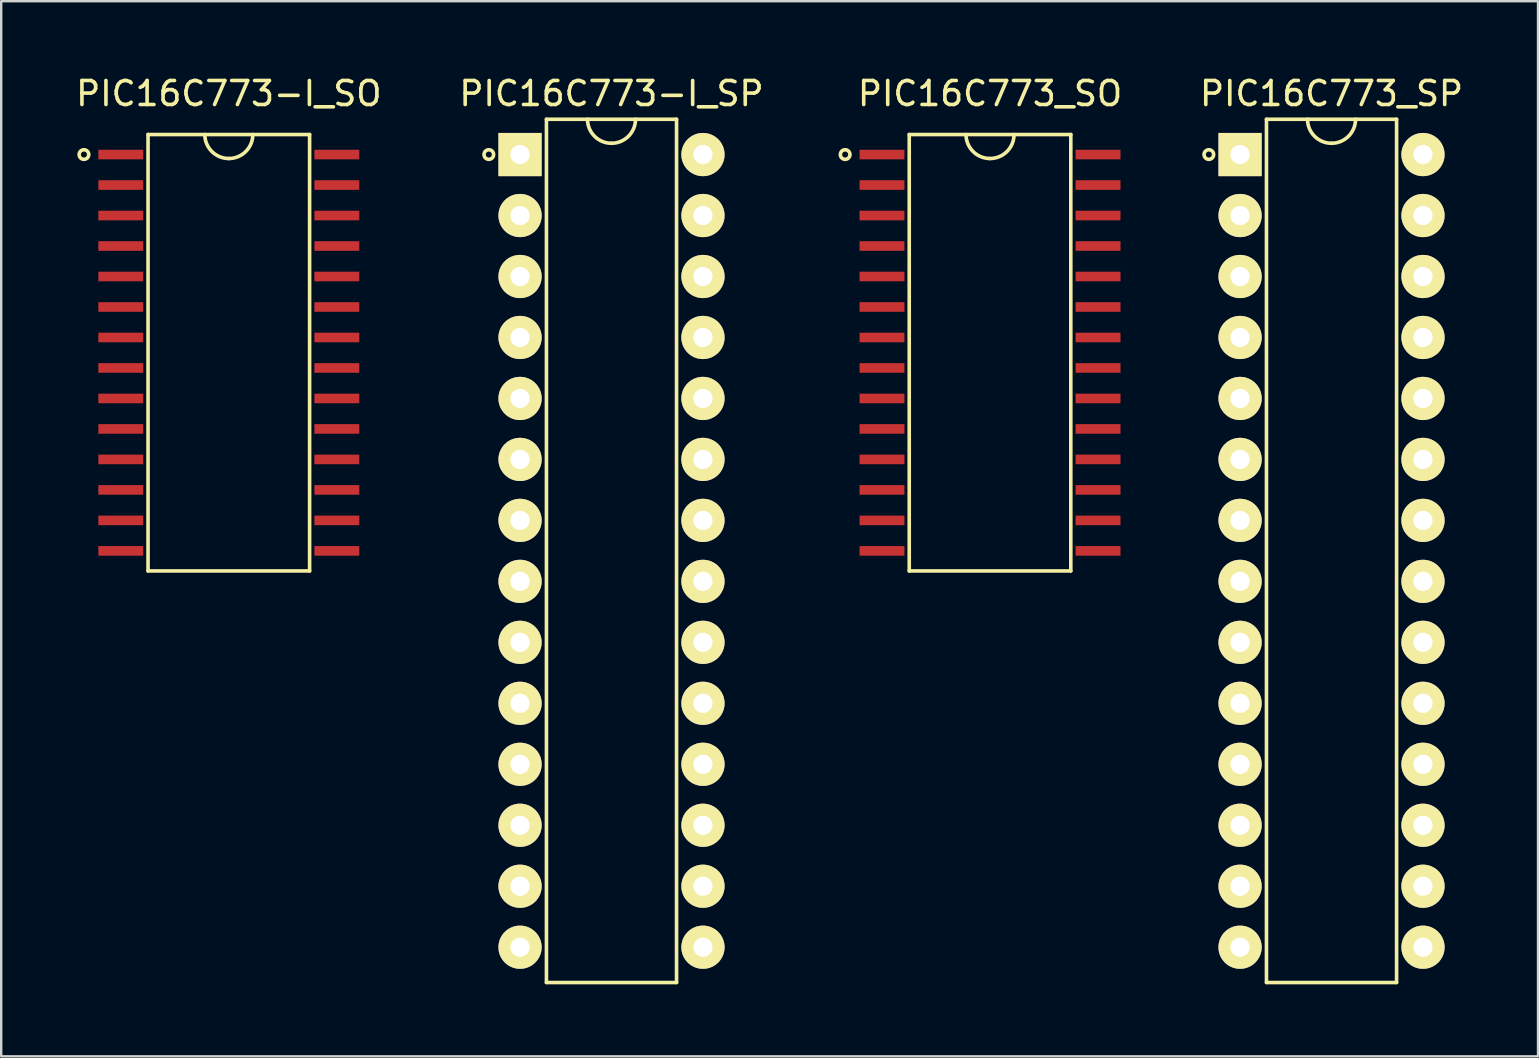
<source format=kicad_pcb>
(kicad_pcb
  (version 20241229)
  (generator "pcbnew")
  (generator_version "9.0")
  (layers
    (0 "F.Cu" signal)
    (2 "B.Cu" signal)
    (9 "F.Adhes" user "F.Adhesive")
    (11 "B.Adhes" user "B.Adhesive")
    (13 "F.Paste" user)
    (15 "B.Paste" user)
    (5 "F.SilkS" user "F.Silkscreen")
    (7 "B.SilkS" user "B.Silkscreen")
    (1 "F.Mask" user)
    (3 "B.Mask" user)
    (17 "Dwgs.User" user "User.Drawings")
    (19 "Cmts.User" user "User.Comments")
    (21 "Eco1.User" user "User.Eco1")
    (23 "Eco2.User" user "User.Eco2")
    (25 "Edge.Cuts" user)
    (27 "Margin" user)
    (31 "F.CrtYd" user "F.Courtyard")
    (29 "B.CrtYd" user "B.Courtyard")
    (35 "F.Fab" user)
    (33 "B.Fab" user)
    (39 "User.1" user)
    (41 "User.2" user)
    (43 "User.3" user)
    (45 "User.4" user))
  (footprint "PIC16C773-I_SO"
    (layer "F.Cu")
    (at 1.982 3.388)
    (property "Reference" "PIC16C773-I_SO" (at 4.5 -2.54 0) (layer "F.SilkS") (effects (font (size 1 1) (thickness 0.15))))
    (attr through_hole)
    (fp_line (start 1.135 -0.835) (end 7.865 -0.835) (stroke (width 0.15) (type solid)) (layer "F.SilkS"))
    (fp_line (start 1.135 17.345) (end 1.135 -0.835) (stroke (width 0.15) (type solid)) (layer "F.SilkS"))
    (fp_line (start 7.865 -0.835) (end 7.865 17.345) (stroke (width 0.15) (type solid)) (layer "F.SilkS"))
    (fp_line (start 7.865 17.345) (end 1.135 17.345) (stroke (width 0.15) (type solid)) (layer "F.SilkS"))
    (fp_arc (start 4.5 0.165) (mid 3.792893 -0.127893) (end 3.5 -0.835) (stroke (width 0.15) (type solid)) (layer "F.SilkS"))
    (fp_arc (start 5.5 -0.835) (mid 5.207107 -0.127893) (end 4.5 0.165) (stroke (width 0.15) (type solid)) (layer "F.SilkS"))
    (fp_circle (center -1.535 0) (end -1.535 0.2) (stroke (width 0.15) (type solid)) (fill no) (layer "F.SilkS"))
    (pad "1" smd rect (at 0 0) (size 1.87 0.4) (layers "F.Cu" "F.Mask" "F.Paste"))
    (pad "2" smd rect (at 0 1.27) (size 1.87 0.4) (layers "F.Cu" "F.Mask" "F.Paste"))
    (pad "3" smd rect (at 0 2.54) (size 1.87 0.4) (layers "F.Cu" "F.Mask" "F.Paste"))
    (pad "4" smd rect (at 0 3.81) (size 1.87 0.4) (layers "F.Cu" "F.Mask" "F.Paste"))
    (pad "5" smd rect (at 0 5.08) (size 1.87 0.4) (layers "F.Cu" "F.Mask" "F.Paste"))
    (pad "6" smd rect (at 0 6.35) (size 1.87 0.4) (layers "F.Cu" "F.Mask" "F.Paste"))
    (pad "7" smd rect (at 0 7.62) (size 1.87 0.4) (layers "F.Cu" "F.Mask" "F.Paste"))
    (pad "8" smd rect (at 0 8.89) (size 1.87 0.4) (layers "F.Cu" "F.Mask" "F.Paste"))
    (pad "9" smd rect (at 0 10.16) (size 1.87 0.4) (layers "F.Cu" "F.Mask" "F.Paste"))
    (pad "10" smd rect (at 0 11.43) (size 1.87 0.4) (layers "F.Cu" "F.Mask" "F.Paste"))
    (pad "11" smd rect (at 0 12.7) (size 1.87 0.4) (layers "F.Cu" "F.Mask" "F.Paste"))
    (pad "12" smd rect (at 0 13.97) (size 1.87 0.4) (layers "F.Cu" "F.Mask" "F.Paste"))
    (pad "13" smd rect (at 0 15.24) (size 1.87 0.4) (layers "F.Cu" "F.Mask" "F.Paste"))
    (pad "14" smd rect (at 0 16.51) (size 1.87 0.4) (layers "F.Cu" "F.Mask" "F.Paste"))
    (pad "15" smd rect (at 9 16.51) (size 1.87 0.4) (layers "F.Cu" "F.Mask" "F.Paste"))
    (pad "16" smd rect (at 9 15.24) (size 1.87 0.4) (layers "F.Cu" "F.Mask" "F.Paste"))
    (pad "17" smd rect (at 9 13.97) (size 1.87 0.4) (layers "F.Cu" "F.Mask" "F.Paste"))
    (pad "18" smd rect (at 9 12.7) (size 1.87 0.4) (layers "F.Cu" "F.Mask" "F.Paste"))
    (pad "19" smd rect (at 9 11.43) (size 1.87 0.4) (layers "F.Cu" "F.Mask" "F.Paste"))
    (pad "20" smd rect (at 9 10.16) (size 1.87 0.4) (layers "F.Cu" "F.Mask" "F.Paste"))
    (pad "21" smd rect (at 9 8.89) (size 1.87 0.4) (layers "F.Cu" "F.Mask" "F.Paste"))
    (pad "22" smd rect (at 9 7.62) (size 1.87 0.4) (layers "F.Cu" "F.Mask" "F.Paste"))
    (pad "23" smd rect (at 9 6.35) (size 1.87 0.4) (layers "F.Cu" "F.Mask" "F.Paste"))
    (pad "24" smd rect (at 9 5.08) (size 1.87 0.4) (layers "F.Cu" "F.Mask" "F.Paste"))
    (pad "25" smd rect (at 9 3.81) (size 1.87 0.4) (layers "F.Cu" "F.Mask" "F.Paste"))
    (pad "26" smd rect (at 9 2.54) (size 1.87 0.4) (layers "F.Cu" "F.Mask" "F.Paste"))
    (pad "27" smd rect (at 9 1.27) (size 1.87 0.4) (layers "F.Cu" "F.Mask" "F.Paste"))
    (pad "28" smd rect (at 9 0) (size 1.87 0.4) (layers "F.Cu" "F.Mask" "F.Paste")))
  (footprint "PIC16C773-I_SP"
    (layer "F.Cu")
    (at 18.613 3.388)
    (property "Reference" "PIC16C773-I_SP" (at 3.81 -2.54 0) (layer "F.SilkS") (effects (font (size 1 1) (thickness 0.15))))
    (attr through_hole)
    (fp_line (start 1.1 -1.47) (end 6.52 -1.47) (stroke (width 0.15) (type solid)) (layer "F.SilkS"))
    (fp_line (start 1.1 34.49) (end 1.1 -1.47) (stroke (width 0.15) (type solid)) (layer "F.SilkS"))
    (fp_line (start 6.52 -1.47) (end 6.52 34.49) (stroke (width 0.15) (type solid)) (layer "F.SilkS"))
    (fp_line (start 6.52 34.49) (end 1.1 34.49) (stroke (width 0.15) (type solid)) (layer "F.SilkS"))
    (fp_arc (start 3.81 -0.47) (mid 3.102893 -0.762893) (end 2.81 -1.47) (stroke (width 0.15) (type solid)) (layer "F.SilkS"))
    (fp_arc (start 4.81 -1.47) (mid 4.517107 -0.762893) (end 3.81 -0.47) (stroke (width 0.15) (type solid)) (layer "F.SilkS"))
    (fp_circle (center -1.3 0) (end -1.3 0.2) (stroke (width 0.15) (type solid)) (fill no) (layer "F.SilkS"))
    (pad "1" thru_hole rect (at 0 0) (size 1.8 1.8) (drill 0.8) (layers "*.Cu" "*.Mask" "F.SilkS"))
    (pad "2" thru_hole circle (at 0 2.54) (size 1.8 1.8) (drill 0.8) (layers "*.Cu" "*.Mask" "F.SilkS"))
    (pad "3" thru_hole circle (at 0 5.08) (size 1.8 1.8) (drill 0.8) (layers "*.Cu" "*.Mask" "F.SilkS"))
    (pad "4" thru_hole circle (at 0 7.62) (size 1.8 1.8) (drill 0.8) (layers "*.Cu" "*.Mask" "F.SilkS"))
    (pad "5" thru_hole circle (at 0 10.16) (size 1.8 1.8) (drill 0.8) (layers "*.Cu" "*.Mask" "F.SilkS"))
    (pad "6" thru_hole circle (at 0 12.7) (size 1.8 1.8) (drill 0.8) (layers "*.Cu" "*.Mask" "F.SilkS"))
    (pad "7" thru_hole circle (at 0 15.24) (size 1.8 1.8) (drill 0.8) (layers "*.Cu" "*.Mask" "F.SilkS"))
    (pad "8" thru_hole circle (at 0 17.78) (size 1.8 1.8) (drill 0.8) (layers "*.Cu" "*.Mask" "F.SilkS"))
    (pad "9" thru_hole circle (at 0 20.32) (size 1.8 1.8) (drill 0.8) (layers "*.Cu" "*.Mask" "F.SilkS"))
    (pad "10" thru_hole circle (at 0 22.86) (size 1.8 1.8) (drill 0.8) (layers "*.Cu" "*.Mask" "F.SilkS"))
    (pad "11" thru_hole circle (at 0 25.4) (size 1.8 1.8) (drill 0.8) (layers "*.Cu" "*.Mask" "F.SilkS"))
    (pad "12" thru_hole circle (at 0 27.94) (size 1.8 1.8) (drill 0.8) (layers "*.Cu" "*.Mask" "F.SilkS"))
    (pad "13" thru_hole circle (at 0 30.48) (size 1.8 1.8) (drill 0.8) (layers "*.Cu" "*.Mask" "F.SilkS"))
    (pad "14" thru_hole circle (at 0 33.02) (size 1.8 1.8) (drill 0.8) (layers "*.Cu" "*.Mask" "F.SilkS"))
    (pad "15" thru_hole circle (at 7.62 33.02) (size 1.8 1.8) (drill 0.8) (layers "*.Cu" "*.Mask" "F.SilkS"))
    (pad "16" thru_hole circle (at 7.62 30.48) (size 1.8 1.8) (drill 0.8) (layers "*.Cu" "*.Mask" "F.SilkS"))
    (pad "17" thru_hole circle (at 7.62 27.94) (size 1.8 1.8) (drill 0.8) (layers "*.Cu" "*.Mask" "F.SilkS"))
    (pad "18" thru_hole circle (at 7.62 25.4) (size 1.8 1.8) (drill 0.8) (layers "*.Cu" "*.Mask" "F.SilkS"))
    (pad "19" thru_hole circle (at 7.62 22.86) (size 1.8 1.8) (drill 0.8) (layers "*.Cu" "*.Mask" "F.SilkS"))
    (pad "20" thru_hole circle (at 7.62 20.32) (size 1.8 1.8) (drill 0.8) (layers "*.Cu" "*.Mask" "F.SilkS"))
    (pad "21" thru_hole circle (at 7.62 17.78) (size 1.8 1.8) (drill 0.8) (layers "*.Cu" "*.Mask" "F.SilkS"))
    (pad "22" thru_hole circle (at 7.62 15.24) (size 1.8 1.8) (drill 0.8) (layers "*.Cu" "*.Mask" "F.SilkS"))
    (pad "23" thru_hole circle (at 7.62 12.7) (size 1.8 1.8) (drill 0.8) (layers "*.Cu" "*.Mask" "F.SilkS"))
    (pad "24" thru_hole circle (at 7.62 10.16) (size 1.8 1.8) (drill 0.8) (layers "*.Cu" "*.Mask" "F.SilkS"))
    (pad "25" thru_hole circle (at 7.62 7.62) (size 1.8 1.8) (drill 0.8) (layers "*.Cu" "*.Mask" "F.SilkS"))
    (pad "26" thru_hole circle (at 7.62 5.08) (size 1.8 1.8) (drill 0.8) (layers "*.Cu" "*.Mask" "F.SilkS"))
    (pad "27" thru_hole circle (at 7.62 2.54) (size 1.8 1.8) (drill 0.8) (layers "*.Cu" "*.Mask" "F.SilkS"))
    (pad "28" thru_hole circle (at 7.62 0) (size 1.8 1.8) (drill 0.8) (layers "*.Cu" "*.Mask" "F.SilkS")))
  (footprint "PIC16C773_SO"
    (layer "F.Cu")
    (at 33.691 3.388)
    (property "Reference" "PIC16C773_SO" (at 4.5 -2.54 0) (layer "F.SilkS") (effects (font (size 1 1) (thickness 0.15))))
    (attr through_hole)
    (fp_line (start 1.135 -0.835) (end 7.865 -0.835) (stroke (width 0.15) (type solid)) (layer "F.SilkS"))
    (fp_line (start 1.135 17.345) (end 1.135 -0.835) (stroke (width 0.15) (type solid)) (layer "F.SilkS"))
    (fp_line (start 7.865 -0.835) (end 7.865 17.345) (stroke (width 0.15) (type solid)) (layer "F.SilkS"))
    (fp_line (start 7.865 17.345) (end 1.135 17.345) (stroke (width 0.15) (type solid)) (layer "F.SilkS"))
    (fp_arc (start 4.5 0.165) (mid 3.792893 -0.127893) (end 3.5 -0.835) (stroke (width 0.15) (type solid)) (layer "F.SilkS"))
    (fp_arc (start 5.5 -0.835) (mid 5.207107 -0.127893) (end 4.5 0.165) (stroke (width 0.15) (type solid)) (layer "F.SilkS"))
    (fp_circle (center -1.535 0) (end -1.535 0.2) (stroke (width 0.15) (type solid)) (fill no) (layer "F.SilkS"))
    (pad "1" smd rect (at 0 0) (size 1.87 0.4) (layers "F.Cu" "F.Mask" "F.Paste"))
    (pad "2" smd rect (at 0 1.27) (size 1.87 0.4) (layers "F.Cu" "F.Mask" "F.Paste"))
    (pad "3" smd rect (at 0 2.54) (size 1.87 0.4) (layers "F.Cu" "F.Mask" "F.Paste"))
    (pad "4" smd rect (at 0 3.81) (size 1.87 0.4) (layers "F.Cu" "F.Mask" "F.Paste"))
    (pad "5" smd rect (at 0 5.08) (size 1.87 0.4) (layers "F.Cu" "F.Mask" "F.Paste"))
    (pad "6" smd rect (at 0 6.35) (size 1.87 0.4) (layers "F.Cu" "F.Mask" "F.Paste"))
    (pad "7" smd rect (at 0 7.62) (size 1.87 0.4) (layers "F.Cu" "F.Mask" "F.Paste"))
    (pad "8" smd rect (at 0 8.89) (size 1.87 0.4) (layers "F.Cu" "F.Mask" "F.Paste"))
    (pad "9" smd rect (at 0 10.16) (size 1.87 0.4) (layers "F.Cu" "F.Mask" "F.Paste"))
    (pad "10" smd rect (at 0 11.43) (size 1.87 0.4) (layers "F.Cu" "F.Mask" "F.Paste"))
    (pad "11" smd rect (at 0 12.7) (size 1.87 0.4) (layers "F.Cu" "F.Mask" "F.Paste"))
    (pad "12" smd rect (at 0 13.97) (size 1.87 0.4) (layers "F.Cu" "F.Mask" "F.Paste"))
    (pad "13" smd rect (at 0 15.24) (size 1.87 0.4) (layers "F.Cu" "F.Mask" "F.Paste"))
    (pad "14" smd rect (at 0 16.51) (size 1.87 0.4) (layers "F.Cu" "F.Mask" "F.Paste"))
    (pad "15" smd rect (at 9 16.51) (size 1.87 0.4) (layers "F.Cu" "F.Mask" "F.Paste"))
    (pad "16" smd rect (at 9 15.24) (size 1.87 0.4) (layers "F.Cu" "F.Mask" "F.Paste"))
    (pad "17" smd rect (at 9 13.97) (size 1.87 0.4) (layers "F.Cu" "F.Mask" "F.Paste"))
    (pad "18" smd rect (at 9 12.7) (size 1.87 0.4) (layers "F.Cu" "F.Mask" "F.Paste"))
    (pad "19" smd rect (at 9 11.43) (size 1.87 0.4) (layers "F.Cu" "F.Mask" "F.Paste"))
    (pad "20" smd rect (at 9 10.16) (size 1.87 0.4) (layers "F.Cu" "F.Mask" "F.Paste"))
    (pad "21" smd rect (at 9 8.89) (size 1.87 0.4) (layers "F.Cu" "F.Mask" "F.Paste"))
    (pad "22" smd rect (at 9 7.62) (size 1.87 0.4) (layers "F.Cu" "F.Mask" "F.Paste"))
    (pad "23" smd rect (at 9 6.35) (size 1.87 0.4) (layers "F.Cu" "F.Mask" "F.Paste"))
    (pad "24" smd rect (at 9 5.08) (size 1.87 0.4) (layers "F.Cu" "F.Mask" "F.Paste"))
    (pad "25" smd rect (at 9 3.81) (size 1.87 0.4) (layers "F.Cu" "F.Mask" "F.Paste"))
    (pad "26" smd rect (at 9 2.54) (size 1.87 0.4) (layers "F.Cu" "F.Mask" "F.Paste"))
    (pad "27" smd rect (at 9 1.27) (size 1.87 0.4) (layers "F.Cu" "F.Mask" "F.Paste"))
    (pad "28" smd rect (at 9 0) (size 1.87 0.4) (layers "F.Cu" "F.Mask" "F.Paste")))
  (footprint "PIC16C773_SP"
    (layer "F.Cu")
    (at 48.607 3.388)
    (property "Reference" "PIC16C773_SP" (at 3.81 -2.54 0) (layer "F.SilkS") (effects (font (size 1 1) (thickness 0.15))))
    (attr through_hole)
    (fp_line (start 1.1 -1.47) (end 6.52 -1.47) (stroke (width 0.15) (type solid)) (layer "F.SilkS"))
    (fp_line (start 1.1 34.49) (end 1.1 -1.47) (stroke (width 0.15) (type solid)) (layer "F.SilkS"))
    (fp_line (start 6.52 -1.47) (end 6.52 34.49) (stroke (width 0.15) (type solid)) (layer "F.SilkS"))
    (fp_line (start 6.52 34.49) (end 1.1 34.49) (stroke (width 0.15) (type solid)) (layer "F.SilkS"))
    (fp_arc (start 3.81 -0.47) (mid 3.102893 -0.762893) (end 2.81 -1.47) (stroke (width 0.15) (type solid)) (layer "F.SilkS"))
    (fp_arc (start 4.81 -1.47) (mid 4.517107 -0.762893) (end 3.81 -0.47) (stroke (width 0.15) (type solid)) (layer "F.SilkS"))
    (fp_circle (center -1.3 0) (end -1.3 0.2) (stroke (width 0.15) (type solid)) (fill no) (layer "F.SilkS"))
    (pad "1" thru_hole rect (at 0 0) (size 1.8 1.8) (drill 0.8) (layers "*.Cu" "*.Mask" "F.SilkS"))
    (pad "2" thru_hole circle (at 0 2.54) (size 1.8 1.8) (drill 0.8) (layers "*.Cu" "*.Mask" "F.SilkS"))
    (pad "3" thru_hole circle (at 0 5.08) (size 1.8 1.8) (drill 0.8) (layers "*.Cu" "*.Mask" "F.SilkS"))
    (pad "4" thru_hole circle (at 0 7.62) (size 1.8 1.8) (drill 0.8) (layers "*.Cu" "*.Mask" "F.SilkS"))
    (pad "5" thru_hole circle (at 0 10.16) (size 1.8 1.8) (drill 0.8) (layers "*.Cu" "*.Mask" "F.SilkS"))
    (pad "6" thru_hole circle (at 0 12.7) (size 1.8 1.8) (drill 0.8) (layers "*.Cu" "*.Mask" "F.SilkS"))
    (pad "7" thru_hole circle (at 0 15.24) (size 1.8 1.8) (drill 0.8) (layers "*.Cu" "*.Mask" "F.SilkS"))
    (pad "8" thru_hole circle (at 0 17.78) (size 1.8 1.8) (drill 0.8) (layers "*.Cu" "*.Mask" "F.SilkS"))
    (pad "9" thru_hole circle (at 0 20.32) (size 1.8 1.8) (drill 0.8) (layers "*.Cu" "*.Mask" "F.SilkS"))
    (pad "10" thru_hole circle (at 0 22.86) (size 1.8 1.8) (drill 0.8) (layers "*.Cu" "*.Mask" "F.SilkS"))
    (pad "11" thru_hole circle (at 0 25.4) (size 1.8 1.8) (drill 0.8) (layers "*.Cu" "*.Mask" "F.SilkS"))
    (pad "12" thru_hole circle (at 0 27.94) (size 1.8 1.8) (drill 0.8) (layers "*.Cu" "*.Mask" "F.SilkS"))
    (pad "13" thru_hole circle (at 0 30.48) (size 1.8 1.8) (drill 0.8) (layers "*.Cu" "*.Mask" "F.SilkS"))
    (pad "14" thru_hole circle (at 0 33.02) (size 1.8 1.8) (drill 0.8) (layers "*.Cu" "*.Mask" "F.SilkS"))
    (pad "15" thru_hole circle (at 7.62 33.02) (size 1.8 1.8) (drill 0.8) (layers "*.Cu" "*.Mask" "F.SilkS"))
    (pad "16" thru_hole circle (at 7.62 30.48) (size 1.8 1.8) (drill 0.8) (layers "*.Cu" "*.Mask" "F.SilkS"))
    (pad "17" thru_hole circle (at 7.62 27.94) (size 1.8 1.8) (drill 0.8) (layers "*.Cu" "*.Mask" "F.SilkS"))
    (pad "18" thru_hole circle (at 7.62 25.4) (size 1.8 1.8) (drill 0.8) (layers "*.Cu" "*.Mask" "F.SilkS"))
    (pad "19" thru_hole circle (at 7.62 22.86) (size 1.8 1.8) (drill 0.8) (layers "*.Cu" "*.Mask" "F.SilkS"))
    (pad "20" thru_hole circle (at 7.62 20.32) (size 1.8 1.8) (drill 0.8) (layers "*.Cu" "*.Mask" "F.SilkS"))
    (pad "21" thru_hole circle (at 7.62 17.78) (size 1.8 1.8) (drill 0.8) (layers "*.Cu" "*.Mask" "F.SilkS"))
    (pad "22" thru_hole circle (at 7.62 15.24) (size 1.8 1.8) (drill 0.8) (layers "*.Cu" "*.Mask" "F.SilkS"))
    (pad "23" thru_hole circle (at 7.62 12.7) (size 1.8 1.8) (drill 0.8) (layers "*.Cu" "*.Mask" "F.SilkS"))
    (pad "24" thru_hole circle (at 7.62 10.16) (size 1.8 1.8) (drill 0.8) (layers "*.Cu" "*.Mask" "F.SilkS"))
    (pad "25" thru_hole circle (at 7.62 7.62) (size 1.8 1.8) (drill 0.8) (layers "*.Cu" "*.Mask" "F.SilkS"))
    (pad "26" thru_hole circle (at 7.62 5.08) (size 1.8 1.8) (drill 0.8) (layers "*.Cu" "*.Mask" "F.SilkS"))
    (pad "27" thru_hole circle (at 7.62 2.54) (size 1.8 1.8) (drill 0.8) (layers "*.Cu" "*.Mask" "F.SilkS"))
    (pad "28" thru_hole circle (at 7.62 0) (size 1.8 1.8) (drill 0.8) (layers "*.Cu" "*.Mask" "F.SilkS")))
  (gr_rect
    (start -3 -3)
    (end 61.018 40.953)
    (stroke (width 0.1) (type default))
    (fill no)
    (layer "Edge.Cuts")))
</source>
